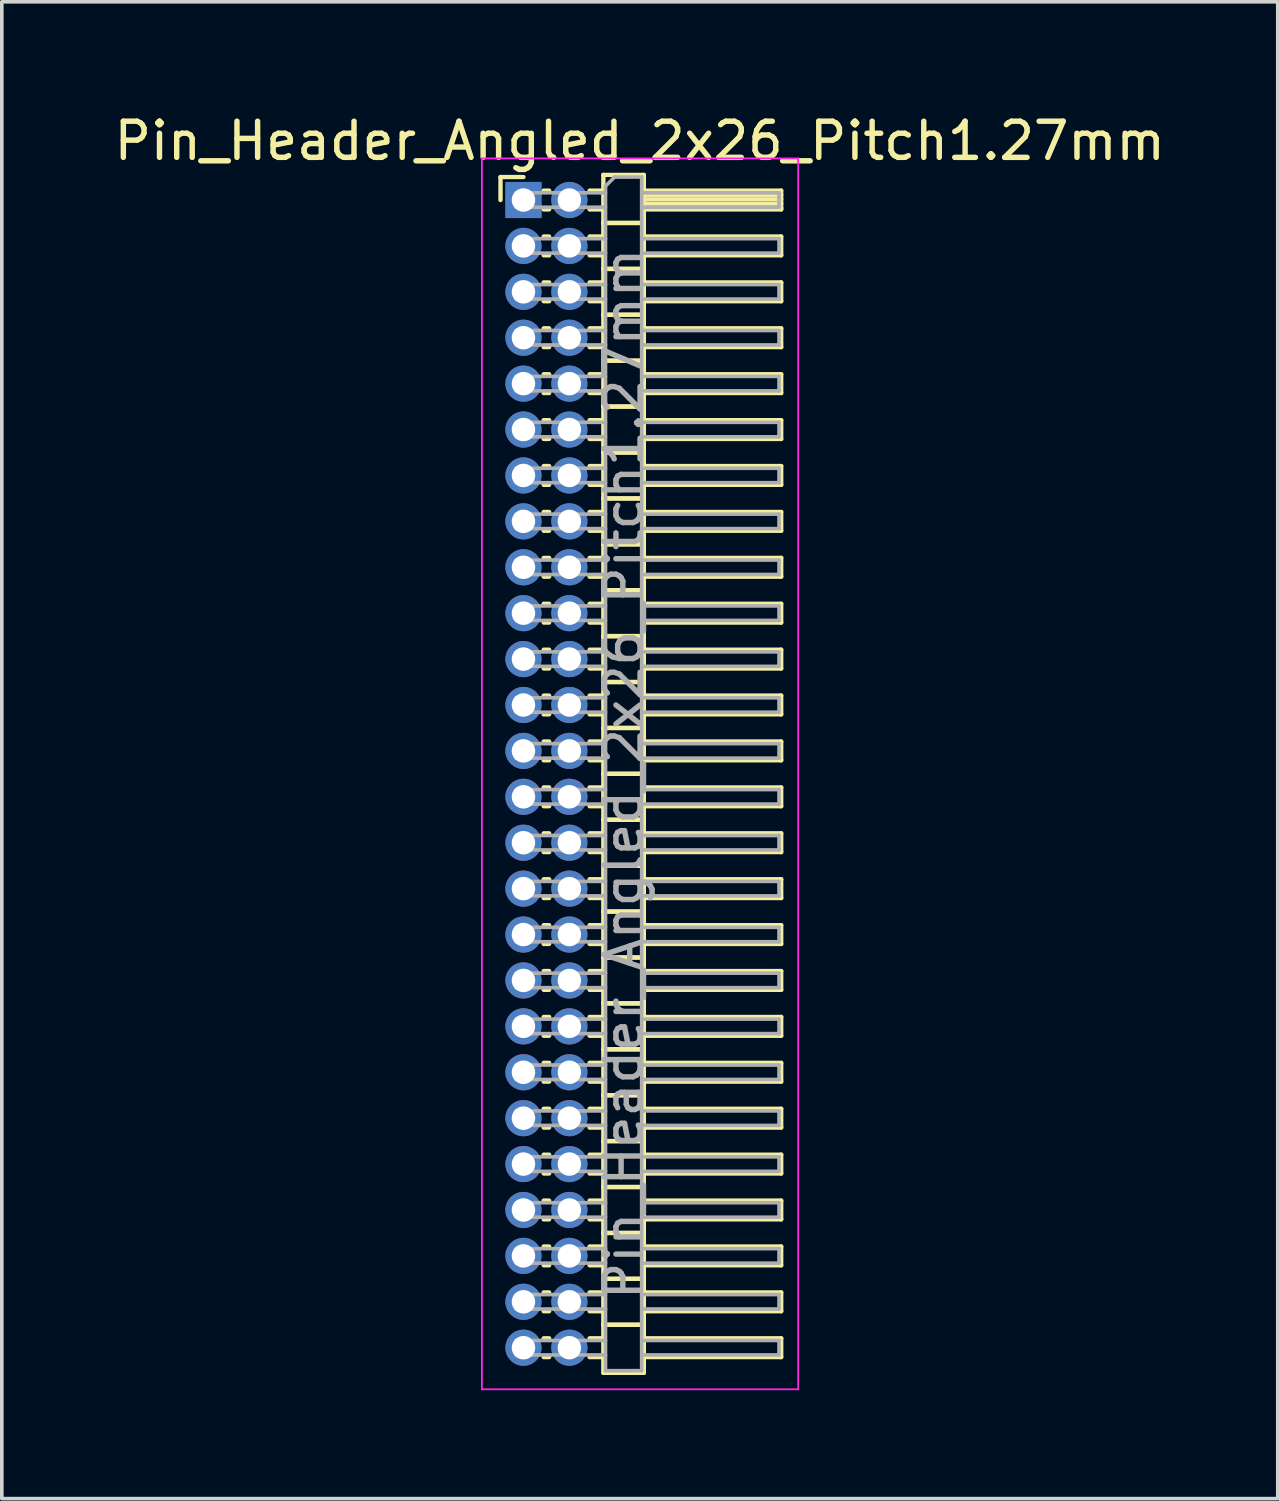
<source format=kicad_pcb>
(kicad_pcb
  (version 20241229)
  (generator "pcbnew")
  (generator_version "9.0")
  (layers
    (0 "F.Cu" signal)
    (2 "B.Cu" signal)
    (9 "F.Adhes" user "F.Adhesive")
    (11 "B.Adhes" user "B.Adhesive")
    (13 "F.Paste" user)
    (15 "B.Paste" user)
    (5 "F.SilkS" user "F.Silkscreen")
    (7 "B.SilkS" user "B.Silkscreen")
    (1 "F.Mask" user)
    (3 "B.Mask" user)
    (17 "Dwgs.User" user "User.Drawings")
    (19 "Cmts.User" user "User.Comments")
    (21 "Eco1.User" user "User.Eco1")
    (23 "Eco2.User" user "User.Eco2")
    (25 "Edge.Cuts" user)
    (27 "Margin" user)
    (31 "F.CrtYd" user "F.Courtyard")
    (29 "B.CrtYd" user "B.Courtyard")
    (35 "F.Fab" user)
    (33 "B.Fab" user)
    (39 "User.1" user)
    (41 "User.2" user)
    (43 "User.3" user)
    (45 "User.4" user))
  (footprint "Pin_Header_Angled_2x26_Pitch1.27mm"
    (layer "F.Cu")
    (at 11.431 2.483)
    (property "Reference" "Pin_Header_Angled_2x26_Pitch1.27mm" (at 3.217 -1.635 0) (layer "F.SilkS") (effects (font (size 1 1) (thickness 0.15))))
    (attr through_hole)
    (fp_line (start -0.635 -0.635) (end 0 -0.635) (stroke (width 0.12) (type solid)) (layer "F.SilkS"))
    (fp_line (start -0.635 0) (end -0.635 -0.635) (stroke (width 0.12) (type solid)) (layer "F.SilkS"))
    (fp_line (start 0.56 -0.26) (end 0.71 -0.26) (stroke (width 0.12) (type solid)) (layer "F.SilkS"))
    (fp_line (start 0.56 0.26) (end 0.71 0.26) (stroke (width 0.12) (type solid)) (layer "F.SilkS"))
    (fp_line (start 0.56 1.01) (end 0.71 1.01) (stroke (width 0.12) (type solid)) (layer "F.SilkS"))
    (fp_line (start 0.56 1.53) (end 0.71 1.53) (stroke (width 0.12) (type solid)) (layer "F.SilkS"))
    (fp_line (start 0.56 2.28) (end 0.71 2.28) (stroke (width 0.12) (type solid)) (layer "F.SilkS"))
    (fp_line (start 0.56 2.8) (end 0.71 2.8) (stroke (width 0.12) (type solid)) (layer "F.SilkS"))
    (fp_line (start 0.56 3.55) (end 0.71 3.55) (stroke (width 0.12) (type solid)) (layer "F.SilkS"))
    (fp_line (start 0.56 4.07) (end 0.71 4.07) (stroke (width 0.12) (type solid)) (layer "F.SilkS"))
    (fp_line (start 0.56 4.82) (end 0.71 4.82) (stroke (width 0.12) (type solid)) (layer "F.SilkS"))
    (fp_line (start 0.56 5.34) (end 0.71 5.34) (stroke (width 0.12) (type solid)) (layer "F.SilkS"))
    (fp_line (start 0.56 6.09) (end 0.71 6.09) (stroke (width 0.12) (type solid)) (layer "F.SilkS"))
    (fp_line (start 0.56 6.61) (end 0.71 6.61) (stroke (width 0.12) (type solid)) (layer "F.SilkS"))
    (fp_line (start 0.56 7.36) (end 0.71 7.36) (stroke (width 0.12) (type solid)) (layer "F.SilkS"))
    (fp_line (start 0.56 7.88) (end 0.71 7.88) (stroke (width 0.12) (type solid)) (layer "F.SilkS"))
    (fp_line (start 0.56 8.63) (end 0.71 8.63) (stroke (width 0.12) (type solid)) (layer "F.SilkS"))
    (fp_line (start 0.56 9.15) (end 0.71 9.15) (stroke (width 0.12) (type solid)) (layer "F.SilkS"))
    (fp_line (start 0.56 9.9) (end 0.71 9.9) (stroke (width 0.12) (type solid)) (layer "F.SilkS"))
    (fp_line (start 0.56 10.42) (end 0.71 10.42) (stroke (width 0.12) (type solid)) (layer "F.SilkS"))
    (fp_line (start 0.56 11.17) (end 0.71 11.17) (stroke (width 0.12) (type solid)) (layer "F.SilkS"))
    (fp_line (start 0.56 11.69) (end 0.71 11.69) (stroke (width 0.12) (type solid)) (layer "F.SilkS"))
    (fp_line (start 0.56 12.44) (end 0.71 12.44) (stroke (width 0.12) (type solid)) (layer "F.SilkS"))
    (fp_line (start 0.56 12.96) (end 0.71 12.96) (stroke (width 0.12) (type solid)) (layer "F.SilkS"))
    (fp_line (start 0.56 13.71) (end 0.71 13.71) (stroke (width 0.12) (type solid)) (layer "F.SilkS"))
    (fp_line (start 0.56 14.23) (end 0.71 14.23) (stroke (width 0.12) (type solid)) (layer "F.SilkS"))
    (fp_line (start 0.56 14.98) (end 0.71 14.98) (stroke (width 0.12) (type solid)) (layer "F.SilkS"))
    (fp_line (start 0.56 15.5) (end 0.71 15.5) (stroke (width 0.12) (type solid)) (layer "F.SilkS"))
    (fp_line (start 0.56 16.25) (end 0.71 16.25) (stroke (width 0.12) (type solid)) (layer "F.SilkS"))
    (fp_line (start 0.56 16.77) (end 0.71 16.77) (stroke (width 0.12) (type solid)) (layer "F.SilkS"))
    (fp_line (start 0.56 17.52) (end 0.71 17.52) (stroke (width 0.12) (type solid)) (layer "F.SilkS"))
    (fp_line (start 0.56 18.04) (end 0.71 18.04) (stroke (width 0.12) (type solid)) (layer "F.SilkS"))
    (fp_line (start 0.56 18.79) (end 0.71 18.79) (stroke (width 0.12) (type solid)) (layer "F.SilkS"))
    (fp_line (start 0.56 19.31) (end 0.71 19.31) (stroke (width 0.12) (type solid)) (layer "F.SilkS"))
    (fp_line (start 0.56 20.06) (end 0.71 20.06) (stroke (width 0.12) (type solid)) (layer "F.SilkS"))
    (fp_line (start 0.56 20.58) (end 0.71 20.58) (stroke (width 0.12) (type solid)) (layer "F.SilkS"))
    (fp_line (start 0.56 21.33) (end 0.71 21.33) (stroke (width 0.12) (type solid)) (layer "F.SilkS"))
    (fp_line (start 0.56 21.85) (end 0.71 21.85) (stroke (width 0.12) (type solid)) (layer "F.SilkS"))
    (fp_line (start 0.56 22.6) (end 0.71 22.6) (stroke (width 0.12) (type solid)) (layer "F.SilkS"))
    (fp_line (start 0.56 23.12) (end 0.71 23.12) (stroke (width 0.12) (type solid)) (layer "F.SilkS"))
    (fp_line (start 0.56 23.87) (end 0.71 23.87) (stroke (width 0.12) (type solid)) (layer "F.SilkS"))
    (fp_line (start 0.56 24.39) (end 0.71 24.39) (stroke (width 0.12) (type solid)) (layer "F.SilkS"))
    (fp_line (start 0.56 25.14) (end 0.71 25.14) (stroke (width 0.12) (type solid)) (layer "F.SilkS"))
    (fp_line (start 0.56 25.66) (end 0.71 25.66) (stroke (width 0.12) (type solid)) (layer "F.SilkS"))
    (fp_line (start 0.56 26.41) (end 0.71 26.41) (stroke (width 0.12) (type solid)) (layer "F.SilkS"))
    (fp_line (start 0.56 26.93) (end 0.71 26.93) (stroke (width 0.12) (type solid)) (layer "F.SilkS"))
    (fp_line (start 0.56 27.68) (end 0.71 27.68) (stroke (width 0.12) (type solid)) (layer "F.SilkS"))
    (fp_line (start 0.56 28.2) (end 0.71 28.2) (stroke (width 0.12) (type solid)) (layer "F.SilkS"))
    (fp_line (start 0.56 28.95) (end 0.71 28.95) (stroke (width 0.12) (type solid)) (layer "F.SilkS"))
    (fp_line (start 0.56 29.47) (end 0.71 29.47) (stroke (width 0.12) (type solid)) (layer "F.SilkS"))
    (fp_line (start 0.56 30.22) (end 0.71 30.22) (stroke (width 0.12) (type solid)) (layer "F.SilkS"))
    (fp_line (start 0.56 30.74) (end 0.71 30.74) (stroke (width 0.12) (type solid)) (layer "F.SilkS"))
    (fp_line (start 0.56 31.49) (end 0.71 31.49) (stroke (width 0.12) (type solid)) (layer "F.SilkS"))
    (fp_line (start 0.56 32.01) (end 0.71 32.01) (stroke (width 0.12) (type solid)) (layer "F.SilkS"))
    (fp_line (start 1.83 -0.26) (end 2.21 -0.26) (stroke (width 0.12) (type solid)) (layer "F.SilkS"))
    (fp_line (start 1.83 0.26) (end 2.21 0.26) (stroke (width 0.12) (type solid)) (layer "F.SilkS"))
    (fp_line (start 1.83 1.01) (end 2.21 1.01) (stroke (width 0.12) (type solid)) (layer "F.SilkS"))
    (fp_line (start 1.83 1.53) (end 2.21 1.53) (stroke (width 0.12) (type solid)) (layer "F.SilkS"))
    (fp_line (start 1.83 2.28) (end 2.21 2.28) (stroke (width 0.12) (type solid)) (layer "F.SilkS"))
    (fp_line (start 1.83 2.8) (end 2.21 2.8) (stroke (width 0.12) (type solid)) (layer "F.SilkS"))
    (fp_line (start 1.83 3.55) (end 2.21 3.55) (stroke (width 0.12) (type solid)) (layer "F.SilkS"))
    (fp_line (start 1.83 4.07) (end 2.21 4.07) (stroke (width 0.12) (type solid)) (layer "F.SilkS"))
    (fp_line (start 1.83 4.82) (end 2.21 4.82) (stroke (width 0.12) (type solid)) (layer "F.SilkS"))
    (fp_line (start 1.83 5.34) (end 2.21 5.34) (stroke (width 0.12) (type solid)) (layer "F.SilkS"))
    (fp_line (start 1.83 6.09) (end 2.21 6.09) (stroke (width 0.12) (type solid)) (layer "F.SilkS"))
    (fp_line (start 1.83 6.61) (end 2.21 6.61) (stroke (width 0.12) (type solid)) (layer "F.SilkS"))
    (fp_line (start 1.83 7.36) (end 2.21 7.36) (stroke (width 0.12) (type solid)) (layer "F.SilkS"))
    (fp_line (start 1.83 7.88) (end 2.21 7.88) (stroke (width 0.12) (type solid)) (layer "F.SilkS"))
    (fp_line (start 1.83 8.63) (end 2.21 8.63) (stroke (width 0.12) (type solid)) (layer "F.SilkS"))
    (fp_line (start 1.83 9.15) (end 2.21 9.15) (stroke (width 0.12) (type solid)) (layer "F.SilkS"))
    (fp_line (start 1.83 9.9) (end 2.21 9.9) (stroke (width 0.12) (type solid)) (layer "F.SilkS"))
    (fp_line (start 1.83 10.42) (end 2.21 10.42) (stroke (width 0.12) (type solid)) (layer "F.SilkS"))
    (fp_line (start 1.83 11.17) (end 2.21 11.17) (stroke (width 0.12) (type solid)) (layer "F.SilkS"))
    (fp_line (start 1.83 11.69) (end 2.21 11.69) (stroke (width 0.12) (type solid)) (layer "F.SilkS"))
    (fp_line (start 1.83 12.44) (end 2.21 12.44) (stroke (width 0.12) (type solid)) (layer "F.SilkS"))
    (fp_line (start 1.83 12.96) (end 2.21 12.96) (stroke (width 0.12) (type solid)) (layer "F.SilkS"))
    (fp_line (start 1.83 13.71) (end 2.21 13.71) (stroke (width 0.12) (type solid)) (layer "F.SilkS"))
    (fp_line (start 1.83 14.23) (end 2.21 14.23) (stroke (width 0.12) (type solid)) (layer "F.SilkS"))
    (fp_line (start 1.83 14.98) (end 2.21 14.98) (stroke (width 0.12) (type solid)) (layer "F.SilkS"))
    (fp_line (start 1.83 15.5) (end 2.21 15.5) (stroke (width 0.12) (type solid)) (layer "F.SilkS"))
    (fp_line (start 1.83 16.25) (end 2.21 16.25) (stroke (width 0.12) (type solid)) (layer "F.SilkS"))
    (fp_line (start 1.83 16.77) (end 2.21 16.77) (stroke (width 0.12) (type solid)) (layer "F.SilkS"))
    (fp_line (start 1.83 17.52) (end 2.21 17.52) (stroke (width 0.12) (type solid)) (layer "F.SilkS"))
    (fp_line (start 1.83 18.04) (end 2.21 18.04) (stroke (width 0.12) (type solid)) (layer "F.SilkS"))
    (fp_line (start 1.83 18.79) (end 2.21 18.79) (stroke (width 0.12) (type solid)) (layer "F.SilkS"))
    (fp_line (start 1.83 19.31) (end 2.21 19.31) (stroke (width 0.12) (type solid)) (layer "F.SilkS"))
    (fp_line (start 1.83 20.06) (end 2.21 20.06) (stroke (width 0.12) (type solid)) (layer "F.SilkS"))
    (fp_line (start 1.83 20.58) (end 2.21 20.58) (stroke (width 0.12) (type solid)) (layer "F.SilkS"))
    (fp_line (start 1.83 21.33) (end 2.21 21.33) (stroke (width 0.12) (type solid)) (layer "F.SilkS"))
    (fp_line (start 1.83 21.85) (end 2.21 21.85) (stroke (width 0.12) (type solid)) (layer "F.SilkS"))
    (fp_line (start 1.83 22.6) (end 2.21 22.6) (stroke (width 0.12) (type solid)) (layer "F.SilkS"))
    (fp_line (start 1.83 23.12) (end 2.21 23.12) (stroke (width 0.12) (type solid)) (layer "F.SilkS"))
    (fp_line (start 1.83 23.87) (end 2.21 23.87) (stroke (width 0.12) (type solid)) (layer "F.SilkS"))
    (fp_line (start 1.83 24.39) (end 2.21 24.39) (stroke (width 0.12) (type solid)) (layer "F.SilkS"))
    (fp_line (start 1.83 25.14) (end 2.21 25.14) (stroke (width 0.12) (type solid)) (layer "F.SilkS"))
    (fp_line (start 1.83 25.66) (end 2.21 25.66) (stroke (width 0.12) (type solid)) (layer "F.SilkS"))
    (fp_line (start 1.83 26.41) (end 2.21 26.41) (stroke (width 0.12) (type solid)) (layer "F.SilkS"))
    (fp_line (start 1.83 26.93) (end 2.21 26.93) (stroke (width 0.12) (type solid)) (layer "F.SilkS"))
    (fp_line (start 1.83 27.68) (end 2.21 27.68) (stroke (width 0.12) (type solid)) (layer "F.SilkS"))
    (fp_line (start 1.83 28.2) (end 2.21 28.2) (stroke (width 0.12) (type solid)) (layer "F.SilkS"))
    (fp_line (start 1.83 28.95) (end 2.21 28.95) (stroke (width 0.12) (type solid)) (layer "F.SilkS"))
    (fp_line (start 1.83 29.47) (end 2.21 29.47) (stroke (width 0.12) (type solid)) (layer "F.SilkS"))
    (fp_line (start 1.83 30.22) (end 2.21 30.22) (stroke (width 0.12) (type solid)) (layer "F.SilkS"))
    (fp_line (start 1.83 30.74) (end 2.21 30.74) (stroke (width 0.12) (type solid)) (layer "F.SilkS"))
    (fp_line (start 1.83 31.49) (end 2.21 31.49) (stroke (width 0.12) (type solid)) (layer "F.SilkS"))
    (fp_line (start 1.83 32.01) (end 2.21 32.01) (stroke (width 0.12) (type solid)) (layer "F.SilkS"))
    (fp_line (start 2.21 -0.695) (end 2.21 0.635) (stroke (width 0.12) (type solid)) (layer "F.SilkS"))
    (fp_line (start 2.21 0.635) (end 2.21 1.905) (stroke (width 0.12) (type solid)) (layer "F.SilkS"))
    (fp_line (start 2.21 0.635) (end 3.33 0.635) (stroke (width 0.12) (type solid)) (layer "F.SilkS"))
    (fp_line (start 2.21 1.905) (end 2.21 3.175) (stroke (width 0.12) (type solid)) (layer "F.SilkS"))
    (fp_line (start 2.21 1.905) (end 3.33 1.905) (stroke (width 0.12) (type solid)) (layer "F.SilkS"))
    (fp_line (start 2.21 3.175) (end 2.21 4.445) (stroke (width 0.12) (type solid)) (layer "F.SilkS"))
    (fp_line (start 2.21 3.175) (end 3.33 3.175) (stroke (width 0.12) (type solid)) (layer "F.SilkS"))
    (fp_line (start 2.21 4.445) (end 2.21 5.715) (stroke (width 0.12) (type solid)) (layer "F.SilkS"))
    (fp_line (start 2.21 4.445) (end 3.33 4.445) (stroke (width 0.12) (type solid)) (layer "F.SilkS"))
    (fp_line (start 2.21 5.715) (end 2.21 6.985) (stroke (width 0.12) (type solid)) (layer "F.SilkS"))
    (fp_line (start 2.21 5.715) (end 3.33 5.715) (stroke (width 0.12) (type solid)) (layer "F.SilkS"))
    (fp_line (start 2.21 6.985) (end 2.21 8.255) (stroke (width 0.12) (type solid)) (layer "F.SilkS"))
    (fp_line (start 2.21 6.985) (end 3.33 6.985) (stroke (width 0.12) (type solid)) (layer "F.SilkS"))
    (fp_line (start 2.21 8.255) (end 2.21 9.525) (stroke (width 0.12) (type solid)) (layer "F.SilkS"))
    (fp_line (start 2.21 8.255) (end 3.33 8.255) (stroke (width 0.12) (type solid)) (layer "F.SilkS"))
    (fp_line (start 2.21 9.525) (end 2.21 10.795) (stroke (width 0.12) (type solid)) (layer "F.SilkS"))
    (fp_line (start 2.21 9.525) (end 3.33 9.525) (stroke (width 0.12) (type solid)) (layer "F.SilkS"))
    (fp_line (start 2.21 10.795) (end 2.21 12.065) (stroke (width 0.12) (type solid)) (layer "F.SilkS"))
    (fp_line (start 2.21 10.795) (end 3.33 10.795) (stroke (width 0.12) (type solid)) (layer "F.SilkS"))
    (fp_line (start 2.21 12.065) (end 2.21 13.335) (stroke (width 0.12) (type solid)) (layer "F.SilkS"))
    (fp_line (start 2.21 12.065) (end 3.33 12.065) (stroke (width 0.12) (type solid)) (layer "F.SilkS"))
    (fp_line (start 2.21 13.335) (end 2.21 14.605) (stroke (width 0.12) (type solid)) (layer "F.SilkS"))
    (fp_line (start 2.21 13.335) (end 3.33 13.335) (stroke (width 0.12) (type solid)) (layer "F.SilkS"))
    (fp_line (start 2.21 14.605) (end 2.21 15.875) (stroke (width 0.12) (type solid)) (layer "F.SilkS"))
    (fp_line (start 2.21 14.605) (end 3.33 14.605) (stroke (width 0.12) (type solid)) (layer "F.SilkS"))
    (fp_line (start 2.21 15.875) (end 2.21 17.145) (stroke (width 0.12) (type solid)) (layer "F.SilkS"))
    (fp_line (start 2.21 15.875) (end 3.33 15.875) (stroke (width 0.12) (type solid)) (layer "F.SilkS"))
    (fp_line (start 2.21 17.145) (end 2.21 18.415) (stroke (width 0.12) (type solid)) (layer "F.SilkS"))
    (fp_line (start 2.21 17.145) (end 3.33 17.145) (stroke (width 0.12) (type solid)) (layer "F.SilkS"))
    (fp_line (start 2.21 18.415) (end 2.21 19.685) (stroke (width 0.12) (type solid)) (layer "F.SilkS"))
    (fp_line (start 2.21 18.415) (end 3.33 18.415) (stroke (width 0.12) (type solid)) (layer "F.SilkS"))
    (fp_line (start 2.21 19.685) (end 2.21 20.955) (stroke (width 0.12) (type solid)) (layer "F.SilkS"))
    (fp_line (start 2.21 19.685) (end 3.33 19.685) (stroke (width 0.12) (type solid)) (layer "F.SilkS"))
    (fp_line (start 2.21 20.955) (end 2.21 22.225) (stroke (width 0.12) (type solid)) (layer "F.SilkS"))
    (fp_line (start 2.21 20.955) (end 3.33 20.955) (stroke (width 0.12) (type solid)) (layer "F.SilkS"))
    (fp_line (start 2.21 22.225) (end 2.21 23.495) (stroke (width 0.12) (type solid)) (layer "F.SilkS"))
    (fp_line (start 2.21 22.225) (end 3.33 22.225) (stroke (width 0.12) (type solid)) (layer "F.SilkS"))
    (fp_line (start 2.21 23.495) (end 2.21 24.765) (stroke (width 0.12) (type solid)) (layer "F.SilkS"))
    (fp_line (start 2.21 23.495) (end 3.33 23.495) (stroke (width 0.12) (type solid)) (layer "F.SilkS"))
    (fp_line (start 2.21 24.765) (end 2.21 26.035) (stroke (width 0.12) (type solid)) (layer "F.SilkS"))
    (fp_line (start 2.21 24.765) (end 3.33 24.765) (stroke (width 0.12) (type solid)) (layer "F.SilkS"))
    (fp_line (start 2.21 26.035) (end 2.21 27.305) (stroke (width 0.12) (type solid)) (layer "F.SilkS"))
    (fp_line (start 2.21 26.035) (end 3.33 26.035) (stroke (width 0.12) (type solid)) (layer "F.SilkS"))
    (fp_line (start 2.21 27.305) (end 2.21 28.575) (stroke (width 0.12) (type solid)) (layer "F.SilkS"))
    (fp_line (start 2.21 27.305) (end 3.33 27.305) (stroke (width 0.12) (type solid)) (layer "F.SilkS"))
    (fp_line (start 2.21 28.575) (end 2.21 29.845) (stroke (width 0.12) (type solid)) (layer "F.SilkS"))
    (fp_line (start 2.21 28.575) (end 3.33 28.575) (stroke (width 0.12) (type solid)) (layer "F.SilkS"))
    (fp_line (start 2.21 29.845) (end 2.21 31.115) (stroke (width 0.12) (type solid)) (layer "F.SilkS"))
    (fp_line (start 2.21 29.845) (end 3.33 29.845) (stroke (width 0.12) (type solid)) (layer "F.SilkS"))
    (fp_line (start 2.21 31.115) (end 2.21 32.445) (stroke (width 0.12) (type solid)) (layer "F.SilkS"))
    (fp_line (start 2.21 31.115) (end 3.33 31.115) (stroke (width 0.12) (type solid)) (layer "F.SilkS"))
    (fp_line (start 2.21 32.445) (end 3.33 32.445) (stroke (width 0.12) (type solid)) (layer "F.SilkS"))
    (fp_line (start 3.33 -0.695) (end 2.21 -0.695) (stroke (width 0.12) (type solid)) (layer "F.SilkS"))
    (fp_line (start 3.33 -0.26) (end 3.33 0.26) (stroke (width 0.12) (type solid)) (layer "F.SilkS"))
    (fp_line (start 3.33 -0.14) (end 7.13 -0.14) (stroke (width 0.12) (type solid)) (layer "F.SilkS"))
    (fp_line (start 3.33 -0.02) (end 7.13 -0.02) (stroke (width 0.12) (type solid)) (layer "F.SilkS"))
    (fp_line (start 3.33 0.1) (end 7.13 0.1) (stroke (width 0.12) (type solid)) (layer "F.SilkS"))
    (fp_line (start 3.33 0.22) (end 7.13 0.22) (stroke (width 0.12) (type solid)) (layer "F.SilkS"))
    (fp_line (start 3.33 0.26) (end 7.13 0.26) (stroke (width 0.12) (type solid)) (layer "F.SilkS"))
    (fp_line (start 3.33 0.635) (end 2.21 0.635) (stroke (width 0.12) (type solid)) (layer "F.SilkS"))
    (fp_line (start 3.33 0.635) (end 3.33 -0.695) (stroke (width 0.12) (type solid)) (layer "F.SilkS"))
    (fp_line (start 3.33 1.01) (end 3.33 1.53) (stroke (width 0.12) (type solid)) (layer "F.SilkS"))
    (fp_line (start 3.33 1.53) (end 7.13 1.53) (stroke (width 0.12) (type solid)) (layer "F.SilkS"))
    (fp_line (start 3.33 1.905) (end 2.21 1.905) (stroke (width 0.12) (type solid)) (layer "F.SilkS"))
    (fp_line (start 3.33 1.905) (end 3.33 0.635) (stroke (width 0.12) (type solid)) (layer "F.SilkS"))
    (fp_line (start 3.33 2.28) (end 3.33 2.8) (stroke (width 0.12) (type solid)) (layer "F.SilkS"))
    (fp_line (start 3.33 2.8) (end 7.13 2.8) (stroke (width 0.12) (type solid)) (layer "F.SilkS"))
    (fp_line (start 3.33 3.175) (end 2.21 3.175) (stroke (width 0.12) (type solid)) (layer "F.SilkS"))
    (fp_line (start 3.33 3.175) (end 3.33 1.905) (stroke (width 0.12) (type solid)) (layer "F.SilkS"))
    (fp_line (start 3.33 3.55) (end 3.33 4.07) (stroke (width 0.12) (type solid)) (layer "F.SilkS"))
    (fp_line (start 3.33 4.07) (end 7.13 4.07) (stroke (width 0.12) (type solid)) (layer "F.SilkS"))
    (fp_line (start 3.33 4.445) (end 2.21 4.445) (stroke (width 0.12) (type solid)) (layer "F.SilkS"))
    (fp_line (start 3.33 4.445) (end 3.33 3.175) (stroke (width 0.12) (type solid)) (layer "F.SilkS"))
    (fp_line (start 3.33 4.82) (end 3.33 5.34) (stroke (width 0.12) (type solid)) (layer "F.SilkS"))
    (fp_line (start 3.33 5.34) (end 7.13 5.34) (stroke (width 0.12) (type solid)) (layer "F.SilkS"))
    (fp_line (start 3.33 5.715) (end 2.21 5.715) (stroke (width 0.12) (type solid)) (layer "F.SilkS"))
    (fp_line (start 3.33 5.715) (end 3.33 4.445) (stroke (width 0.12) (type solid)) (layer "F.SilkS"))
    (fp_line (start 3.33 6.09) (end 3.33 6.61) (stroke (width 0.12) (type solid)) (layer "F.SilkS"))
    (fp_line (start 3.33 6.61) (end 7.13 6.61) (stroke (width 0.12) (type solid)) (layer "F.SilkS"))
    (fp_line (start 3.33 6.985) (end 2.21 6.985) (stroke (width 0.12) (type solid)) (layer "F.SilkS"))
    (fp_line (start 3.33 6.985) (end 3.33 5.715) (stroke (width 0.12) (type solid)) (layer "F.SilkS"))
    (fp_line (start 3.33 7.36) (end 3.33 7.88) (stroke (width 0.12) (type solid)) (layer "F.SilkS"))
    (fp_line (start 3.33 7.88) (end 7.13 7.88) (stroke (width 0.12) (type solid)) (layer "F.SilkS"))
    (fp_line (start 3.33 8.255) (end 2.21 8.255) (stroke (width 0.12) (type solid)) (layer "F.SilkS"))
    (fp_line (start 3.33 8.255) (end 3.33 6.985) (stroke (width 0.12) (type solid)) (layer "F.SilkS"))
    (fp_line (start 3.33 8.63) (end 3.33 9.15) (stroke (width 0.12) (type solid)) (layer "F.SilkS"))
    (fp_line (start 3.33 9.15) (end 7.13 9.15) (stroke (width 0.12) (type solid)) (layer "F.SilkS"))
    (fp_line (start 3.33 9.525) (end 2.21 9.525) (stroke (width 0.12) (type solid)) (layer "F.SilkS"))
    (fp_line (start 3.33 9.525) (end 3.33 8.255) (stroke (width 0.12) (type solid)) (layer "F.SilkS"))
    (fp_line (start 3.33 9.9) (end 3.33 10.42) (stroke (width 0.12) (type solid)) (layer "F.SilkS"))
    (fp_line (start 3.33 10.42) (end 7.13 10.42) (stroke (width 0.12) (type solid)) (layer "F.SilkS"))
    (fp_line (start 3.33 10.795) (end 2.21 10.795) (stroke (width 0.12) (type solid)) (layer "F.SilkS"))
    (fp_line (start 3.33 10.795) (end 3.33 9.525) (stroke (width 0.12) (type solid)) (layer "F.SilkS"))
    (fp_line (start 3.33 11.17) (end 3.33 11.69) (stroke (width 0.12) (type solid)) (layer "F.SilkS"))
    (fp_line (start 3.33 11.69) (end 7.13 11.69) (stroke (width 0.12) (type solid)) (layer "F.SilkS"))
    (fp_line (start 3.33 12.065) (end 2.21 12.065) (stroke (width 0.12) (type solid)) (layer "F.SilkS"))
    (fp_line (start 3.33 12.065) (end 3.33 10.795) (stroke (width 0.12) (type solid)) (layer "F.SilkS"))
    (fp_line (start 3.33 12.44) (end 3.33 12.96) (stroke (width 0.12) (type solid)) (layer "F.SilkS"))
    (fp_line (start 3.33 12.96) (end 7.13 12.96) (stroke (width 0.12) (type solid)) (layer "F.SilkS"))
    (fp_line (start 3.33 13.335) (end 2.21 13.335) (stroke (width 0.12) (type solid)) (layer "F.SilkS"))
    (fp_line (start 3.33 13.335) (end 3.33 12.065) (stroke (width 0.12) (type solid)) (layer "F.SilkS"))
    (fp_line (start 3.33 13.71) (end 3.33 14.23) (stroke (width 0.12) (type solid)) (layer "F.SilkS"))
    (fp_line (start 3.33 14.23) (end 7.13 14.23) (stroke (width 0.12) (type solid)) (layer "F.SilkS"))
    (fp_line (start 3.33 14.605) (end 2.21 14.605) (stroke (width 0.12) (type solid)) (layer "F.SilkS"))
    (fp_line (start 3.33 14.605) (end 3.33 13.335) (stroke (width 0.12) (type solid)) (layer "F.SilkS"))
    (fp_line (start 3.33 14.98) (end 3.33 15.5) (stroke (width 0.12) (type solid)) (layer "F.SilkS"))
    (fp_line (start 3.33 15.5) (end 7.13 15.5) (stroke (width 0.12) (type solid)) (layer "F.SilkS"))
    (fp_line (start 3.33 15.875) (end 2.21 15.875) (stroke (width 0.12) (type solid)) (layer "F.SilkS"))
    (fp_line (start 3.33 15.875) (end 3.33 14.605) (stroke (width 0.12) (type solid)) (layer "F.SilkS"))
    (fp_line (start 3.33 16.25) (end 3.33 16.77) (stroke (width 0.12) (type solid)) (layer "F.SilkS"))
    (fp_line (start 3.33 16.77) (end 7.13 16.77) (stroke (width 0.12) (type solid)) (layer "F.SilkS"))
    (fp_line (start 3.33 17.145) (end 2.21 17.145) (stroke (width 0.12) (type solid)) (layer "F.SilkS"))
    (fp_line (start 3.33 17.145) (end 3.33 15.875) (stroke (width 0.12) (type solid)) (layer "F.SilkS"))
    (fp_line (start 3.33 17.52) (end 3.33 18.04) (stroke (width 0.12) (type solid)) (layer "F.SilkS"))
    (fp_line (start 3.33 18.04) (end 7.13 18.04) (stroke (width 0.12) (type solid)) (layer "F.SilkS"))
    (fp_line (start 3.33 18.415) (end 2.21 18.415) (stroke (width 0.12) (type solid)) (layer "F.SilkS"))
    (fp_line (start 3.33 18.415) (end 3.33 17.145) (stroke (width 0.12) (type solid)) (layer "F.SilkS"))
    (fp_line (start 3.33 18.79) (end 3.33 19.31) (stroke (width 0.12) (type solid)) (layer "F.SilkS"))
    (fp_line (start 3.33 19.31) (end 7.13 19.31) (stroke (width 0.12) (type solid)) (layer "F.SilkS"))
    (fp_line (start 3.33 19.685) (end 2.21 19.685) (stroke (width 0.12) (type solid)) (layer "F.SilkS"))
    (fp_line (start 3.33 19.685) (end 3.33 18.415) (stroke (width 0.12) (type solid)) (layer "F.SilkS"))
    (fp_line (start 3.33 20.06) (end 3.33 20.58) (stroke (width 0.12) (type solid)) (layer "F.SilkS"))
    (fp_line (start 3.33 20.58) (end 7.13 20.58) (stroke (width 0.12) (type solid)) (layer "F.SilkS"))
    (fp_line (start 3.33 20.955) (end 2.21 20.955) (stroke (width 0.12) (type solid)) (layer "F.SilkS"))
    (fp_line (start 3.33 20.955) (end 3.33 19.685) (stroke (width 0.12) (type solid)) (layer "F.SilkS"))
    (fp_line (start 3.33 21.33) (end 3.33 21.85) (stroke (width 0.12) (type solid)) (layer "F.SilkS"))
    (fp_line (start 3.33 21.85) (end 7.13 21.85) (stroke (width 0.12) (type solid)) (layer "F.SilkS"))
    (fp_line (start 3.33 22.225) (end 2.21 22.225) (stroke (width 0.12) (type solid)) (layer "F.SilkS"))
    (fp_line (start 3.33 22.225) (end 3.33 20.955) (stroke (width 0.12) (type solid)) (layer "F.SilkS"))
    (fp_line (start 3.33 22.6) (end 3.33 23.12) (stroke (width 0.12) (type solid)) (layer "F.SilkS"))
    (fp_line (start 3.33 23.12) (end 7.13 23.12) (stroke (width 0.12) (type solid)) (layer "F.SilkS"))
    (fp_line (start 3.33 23.495) (end 2.21 23.495) (stroke (width 0.12) (type solid)) (layer "F.SilkS"))
    (fp_line (start 3.33 23.495) (end 3.33 22.225) (stroke (width 0.12) (type solid)) (layer "F.SilkS"))
    (fp_line (start 3.33 23.87) (end 3.33 24.39) (stroke (width 0.12) (type solid)) (layer "F.SilkS"))
    (fp_line (start 3.33 24.39) (end 7.13 24.39) (stroke (width 0.12) (type solid)) (layer "F.SilkS"))
    (fp_line (start 3.33 24.765) (end 2.21 24.765) (stroke (width 0.12) (type solid)) (layer "F.SilkS"))
    (fp_line (start 3.33 24.765) (end 3.33 23.495) (stroke (width 0.12) (type solid)) (layer "F.SilkS"))
    (fp_line (start 3.33 25.14) (end 3.33 25.66) (stroke (width 0.12) (type solid)) (layer "F.SilkS"))
    (fp_line (start 3.33 25.66) (end 7.13 25.66) (stroke (width 0.12) (type solid)) (layer "F.SilkS"))
    (fp_line (start 3.33 26.035) (end 2.21 26.035) (stroke (width 0.12) (type solid)) (layer "F.SilkS"))
    (fp_line (start 3.33 26.035) (end 3.33 24.765) (stroke (width 0.12) (type solid)) (layer "F.SilkS"))
    (fp_line (start 3.33 26.41) (end 3.33 26.93) (stroke (width 0.12) (type solid)) (layer "F.SilkS"))
    (fp_line (start 3.33 26.93) (end 7.13 26.93) (stroke (width 0.12) (type solid)) (layer "F.SilkS"))
    (fp_line (start 3.33 27.305) (end 2.21 27.305) (stroke (width 0.12) (type solid)) (layer "F.SilkS"))
    (fp_line (start 3.33 27.305) (end 3.33 26.035) (stroke (width 0.12) (type solid)) (layer "F.SilkS"))
    (fp_line (start 3.33 27.68) (end 3.33 28.2) (stroke (width 0.12) (type solid)) (layer "F.SilkS"))
    (fp_line (start 3.33 28.2) (end 7.13 28.2) (stroke (width 0.12) (type solid)) (layer "F.SilkS"))
    (fp_line (start 3.33 28.575) (end 2.21 28.575) (stroke (width 0.12) (type solid)) (layer "F.SilkS"))
    (fp_line (start 3.33 28.575) (end 3.33 27.305) (stroke (width 0.12) (type solid)) (layer "F.SilkS"))
    (fp_line (start 3.33 28.95) (end 3.33 29.47) (stroke (width 0.12) (type solid)) (layer "F.SilkS"))
    (fp_line (start 3.33 29.47) (end 7.13 29.47) (stroke (width 0.12) (type solid)) (layer "F.SilkS"))
    (fp_line (start 3.33 29.845) (end 2.21 29.845) (stroke (width 0.12) (type solid)) (layer "F.SilkS"))
    (fp_line (start 3.33 29.845) (end 3.33 28.575) (stroke (width 0.12) (type solid)) (layer "F.SilkS"))
    (fp_line (start 3.33 30.22) (end 3.33 30.74) (stroke (width 0.12) (type solid)) (layer "F.SilkS"))
    (fp_line (start 3.33 30.74) (end 7.13 30.74) (stroke (width 0.12) (type solid)) (layer "F.SilkS"))
    (fp_line (start 3.33 31.115) (end 2.21 31.115) (stroke (width 0.12) (type solid)) (layer "F.SilkS"))
    (fp_line (start 3.33 31.115) (end 3.33 29.845) (stroke (width 0.12) (type solid)) (layer "F.SilkS"))
    (fp_line (start 3.33 31.49) (end 3.33 32.01) (stroke (width 0.12) (type solid)) (layer "F.SilkS"))
    (fp_line (start 3.33 32.01) (end 7.13 32.01) (stroke (width 0.12) (type solid)) (layer "F.SilkS"))
    (fp_line (start 3.33 32.445) (end 3.33 31.115) (stroke (width 0.12) (type solid)) (layer "F.SilkS"))
    (fp_line (start 7.13 -0.26) (end 3.33 -0.26) (stroke (width 0.12) (type solid)) (layer "F.SilkS"))
    (fp_line (start 7.13 0.26) (end 7.13 -0.26) (stroke (width 0.12) (type solid)) (layer "F.SilkS"))
    (fp_line (start 7.13 1.01) (end 3.33 1.01) (stroke (width 0.12) (type solid)) (layer "F.SilkS"))
    (fp_line (start 7.13 1.53) (end 7.13 1.01) (stroke (width 0.12) (type solid)) (layer "F.SilkS"))
    (fp_line (start 7.13 2.28) (end 3.33 2.28) (stroke (width 0.12) (type solid)) (layer "F.SilkS"))
    (fp_line (start 7.13 2.8) (end 7.13 2.28) (stroke (width 0.12) (type solid)) (layer "F.SilkS"))
    (fp_line (start 7.13 3.55) (end 3.33 3.55) (stroke (width 0.12) (type solid)) (layer "F.SilkS"))
    (fp_line (start 7.13 4.07) (end 7.13 3.55) (stroke (width 0.12) (type solid)) (layer "F.SilkS"))
    (fp_line (start 7.13 4.82) (end 3.33 4.82) (stroke (width 0.12) (type solid)) (layer "F.SilkS"))
    (fp_line (start 7.13 5.34) (end 7.13 4.82) (stroke (width 0.12) (type solid)) (layer "F.SilkS"))
    (fp_line (start 7.13 6.09) (end 3.33 6.09) (stroke (width 0.12) (type solid)) (layer "F.SilkS"))
    (fp_line (start 7.13 6.61) (end 7.13 6.09) (stroke (width 0.12) (type solid)) (layer "F.SilkS"))
    (fp_line (start 7.13 7.36) (end 3.33 7.36) (stroke (width 0.12) (type solid)) (layer "F.SilkS"))
    (fp_line (start 7.13 7.88) (end 7.13 7.36) (stroke (width 0.12) (type solid)) (layer "F.SilkS"))
    (fp_line (start 7.13 8.63) (end 3.33 8.63) (stroke (width 0.12) (type solid)) (layer "F.SilkS"))
    (fp_line (start 7.13 9.15) (end 7.13 8.63) (stroke (width 0.12) (type solid)) (layer "F.SilkS"))
    (fp_line (start 7.13 9.9) (end 3.33 9.9) (stroke (width 0.12) (type solid)) (layer "F.SilkS"))
    (fp_line (start 7.13 10.42) (end 7.13 9.9) (stroke (width 0.12) (type solid)) (layer "F.SilkS"))
    (fp_line (start 7.13 11.17) (end 3.33 11.17) (stroke (width 0.12) (type solid)) (layer "F.SilkS"))
    (fp_line (start 7.13 11.69) (end 7.13 11.17) (stroke (width 0.12) (type solid)) (layer "F.SilkS"))
    (fp_line (start 7.13 12.44) (end 3.33 12.44) (stroke (width 0.12) (type solid)) (layer "F.SilkS"))
    (fp_line (start 7.13 12.96) (end 7.13 12.44) (stroke (width 0.12) (type solid)) (layer "F.SilkS"))
    (fp_line (start 7.13 13.71) (end 3.33 13.71) (stroke (width 0.12) (type solid)) (layer "F.SilkS"))
    (fp_line (start 7.13 14.23) (end 7.13 13.71) (stroke (width 0.12) (type solid)) (layer "F.SilkS"))
    (fp_line (start 7.13 14.98) (end 3.33 14.98) (stroke (width 0.12) (type solid)) (layer "F.SilkS"))
    (fp_line (start 7.13 15.5) (end 7.13 14.98) (stroke (width 0.12) (type solid)) (layer "F.SilkS"))
    (fp_line (start 7.13 16.25) (end 3.33 16.25) (stroke (width 0.12) (type solid)) (layer "F.SilkS"))
    (fp_line (start 7.13 16.77) (end 7.13 16.25) (stroke (width 0.12) (type solid)) (layer "F.SilkS"))
    (fp_line (start 7.13 17.52) (end 3.33 17.52) (stroke (width 0.12) (type solid)) (layer "F.SilkS"))
    (fp_line (start 7.13 18.04) (end 7.13 17.52) (stroke (width 0.12) (type solid)) (layer "F.SilkS"))
    (fp_line (start 7.13 18.79) (end 3.33 18.79) (stroke (width 0.12) (type solid)) (layer "F.SilkS"))
    (fp_line (start 7.13 19.31) (end 7.13 18.79) (stroke (width 0.12) (type solid)) (layer "F.SilkS"))
    (fp_line (start 7.13 20.06) (end 3.33 20.06) (stroke (width 0.12) (type solid)) (layer "F.SilkS"))
    (fp_line (start 7.13 20.58) (end 7.13 20.06) (stroke (width 0.12) (type solid)) (layer "F.SilkS"))
    (fp_line (start 7.13 21.33) (end 3.33 21.33) (stroke (width 0.12) (type solid)) (layer "F.SilkS"))
    (fp_line (start 7.13 21.85) (end 7.13 21.33) (stroke (width 0.12) (type solid)) (layer "F.SilkS"))
    (fp_line (start 7.13 22.6) (end 3.33 22.6) (stroke (width 0.12) (type solid)) (layer "F.SilkS"))
    (fp_line (start 7.13 23.12) (end 7.13 22.6) (stroke (width 0.12) (type solid)) (layer "F.SilkS"))
    (fp_line (start 7.13 23.87) (end 3.33 23.87) (stroke (width 0.12) (type solid)) (layer "F.SilkS"))
    (fp_line (start 7.13 24.39) (end 7.13 23.87) (stroke (width 0.12) (type solid)) (layer "F.SilkS"))
    (fp_line (start 7.13 25.14) (end 3.33 25.14) (stroke (width 0.12) (type solid)) (layer "F.SilkS"))
    (fp_line (start 7.13 25.66) (end 7.13 25.14) (stroke (width 0.12) (type solid)) (layer "F.SilkS"))
    (fp_line (start 7.13 26.41) (end 3.33 26.41) (stroke (width 0.12) (type solid)) (layer "F.SilkS"))
    (fp_line (start 7.13 26.93) (end 7.13 26.41) (stroke (width 0.12) (type solid)) (layer "F.SilkS"))
    (fp_line (start 7.13 27.68) (end 3.33 27.68) (stroke (width 0.12) (type solid)) (layer "F.SilkS"))
    (fp_line (start 7.13 28.2) (end 7.13 27.68) (stroke (width 0.12) (type solid)) (layer "F.SilkS"))
    (fp_line (start 7.13 28.95) (end 3.33 28.95) (stroke (width 0.12) (type solid)) (layer "F.SilkS"))
    (fp_line (start 7.13 29.47) (end 7.13 28.95) (stroke (width 0.12) (type solid)) (layer "F.SilkS"))
    (fp_line (start 7.13 30.22) (end 3.33 30.22) (stroke (width 0.12) (type solid)) (layer "F.SilkS"))
    (fp_line (start 7.13 30.74) (end 7.13 30.22) (stroke (width 0.12) (type solid)) (layer "F.SilkS"))
    (fp_line (start 7.13 31.49) (end 3.33 31.49) (stroke (width 0.12) (type solid)) (layer "F.SilkS"))
    (fp_line (start 7.13 32.01) (end 7.13 31.49) (stroke (width 0.12) (type solid)) (layer "F.SilkS"))
    (fp_line (start -1.15 -1.15) (end -1.15 32.9) (stroke (width 0.05) (type solid)) (layer "F.CrtYd"))
    (fp_line (start -1.15 32.9) (end 7.6 32.9) (stroke (width 0.05) (type solid)) (layer "F.CrtYd"))
    (fp_line (start 7.6 -1.15) (end -1.15 -1.15) (stroke (width 0.05) (type solid)) (layer "F.CrtYd"))
    (fp_line (start 7.6 32.9) (end 7.6 -1.15) (stroke (width 0.05) (type solid)) (layer "F.CrtYd"))
    (fp_line (start -0.2 -0.2) (end -0.2 0.2) (stroke (width 0.1) (type solid)) (layer "F.Fab"))
    (fp_line (start -0.2 -0.2) (end 2.27 -0.2) (stroke (width 0.1) (type solid)) (layer "F.Fab"))
    (fp_line (start -0.2 0.2) (end 2.27 0.2) (stroke (width 0.1) (type solid)) (layer "F.Fab"))
    (fp_line (start -0.2 1.07) (end -0.2 1.47) (stroke (width 0.1) (type solid)) (layer "F.Fab"))
    (fp_line (start -0.2 1.07) (end 2.27 1.07) (stroke (width 0.1) (type solid)) (layer "F.Fab"))
    (fp_line (start -0.2 1.47) (end 2.27 1.47) (stroke (width 0.1) (type solid)) (layer "F.Fab"))
    (fp_line (start -0.2 2.34) (end -0.2 2.74) (stroke (width 0.1) (type solid)) (layer "F.Fab"))
    (fp_line (start -0.2 2.34) (end 2.27 2.34) (stroke (width 0.1) (type solid)) (layer "F.Fab"))
    (fp_line (start -0.2 2.74) (end 2.27 2.74) (stroke (width 0.1) (type solid)) (layer "F.Fab"))
    (fp_line (start -0.2 3.61) (end -0.2 4.01) (stroke (width 0.1) (type solid)) (layer "F.Fab"))
    (fp_line (start -0.2 3.61) (end 2.27 3.61) (stroke (width 0.1) (type solid)) (layer "F.Fab"))
    (fp_line (start -0.2 4.01) (end 2.27 4.01) (stroke (width 0.1) (type solid)) (layer "F.Fab"))
    (fp_line (start -0.2 4.88) (end -0.2 5.28) (stroke (width 0.1) (type solid)) (layer "F.Fab"))
    (fp_line (start -0.2 4.88) (end 2.27 4.88) (stroke (width 0.1) (type solid)) (layer "F.Fab"))
    (fp_line (start -0.2 5.28) (end 2.27 5.28) (stroke (width 0.1) (type solid)) (layer "F.Fab"))
    (fp_line (start -0.2 6.15) (end -0.2 6.55) (stroke (width 0.1) (type solid)) (layer "F.Fab"))
    (fp_line (start -0.2 6.15) (end 2.27 6.15) (stroke (width 0.1) (type solid)) (layer "F.Fab"))
    (fp_line (start -0.2 6.55) (end 2.27 6.55) (stroke (width 0.1) (type solid)) (layer "F.Fab"))
    (fp_line (start -0.2 7.42) (end -0.2 7.82) (stroke (width 0.1) (type solid)) (layer "F.Fab"))
    (fp_line (start -0.2 7.42) (end 2.27 7.42) (stroke (width 0.1) (type solid)) (layer "F.Fab"))
    (fp_line (start -0.2 7.82) (end 2.27 7.82) (stroke (width 0.1) (type solid)) (layer "F.Fab"))
    (fp_line (start -0.2 8.69) (end -0.2 9.09) (stroke (width 0.1) (type solid)) (layer "F.Fab"))
    (fp_line (start -0.2 8.69) (end 2.27 8.69) (stroke (width 0.1) (type solid)) (layer "F.Fab"))
    (fp_line (start -0.2 9.09) (end 2.27 9.09) (stroke (width 0.1) (type solid)) (layer "F.Fab"))
    (fp_line (start -0.2 9.96) (end -0.2 10.36) (stroke (width 0.1) (type solid)) (layer "F.Fab"))
    (fp_line (start -0.2 9.96) (end 2.27 9.96) (stroke (width 0.1) (type solid)) (layer "F.Fab"))
    (fp_line (start -0.2 10.36) (end 2.27 10.36) (stroke (width 0.1) (type solid)) (layer "F.Fab"))
    (fp_line (start -0.2 11.23) (end -0.2 11.63) (stroke (width 0.1) (type solid)) (layer "F.Fab"))
    (fp_line (start -0.2 11.23) (end 2.27 11.23) (stroke (width 0.1) (type solid)) (layer "F.Fab"))
    (fp_line (start -0.2 11.63) (end 2.27 11.63) (stroke (width 0.1) (type solid)) (layer "F.Fab"))
    (fp_line (start -0.2 12.5) (end -0.2 12.9) (stroke (width 0.1) (type solid)) (layer "F.Fab"))
    (fp_line (start -0.2 12.5) (end 2.27 12.5) (stroke (width 0.1) (type solid)) (layer "F.Fab"))
    (fp_line (start -0.2 12.9) (end 2.27 12.9) (stroke (width 0.1) (type solid)) (layer "F.Fab"))
    (fp_line (start -0.2 13.77) (end -0.2 14.17) (stroke (width 0.1) (type solid)) (layer "F.Fab"))
    (fp_line (start -0.2 13.77) (end 2.27 13.77) (stroke (width 0.1) (type solid)) (layer "F.Fab"))
    (fp_line (start -0.2 14.17) (end 2.27 14.17) (stroke (width 0.1) (type solid)) (layer "F.Fab"))
    (fp_line (start -0.2 15.04) (end -0.2 15.44) (stroke (width 0.1) (type solid)) (layer "F.Fab"))
    (fp_line (start -0.2 15.04) (end 2.27 15.04) (stroke (width 0.1) (type solid)) (layer "F.Fab"))
    (fp_line (start -0.2 15.44) (end 2.27 15.44) (stroke (width 0.1) (type solid)) (layer "F.Fab"))
    (fp_line (start -0.2 16.31) (end -0.2 16.71) (stroke (width 0.1) (type solid)) (layer "F.Fab"))
    (fp_line (start -0.2 16.31) (end 2.27 16.31) (stroke (width 0.1) (type solid)) (layer "F.Fab"))
    (fp_line (start -0.2 16.71) (end 2.27 16.71) (stroke (width 0.1) (type solid)) (layer "F.Fab"))
    (fp_line (start -0.2 17.58) (end -0.2 17.98) (stroke (width 0.1) (type solid)) (layer "F.Fab"))
    (fp_line (start -0.2 17.58) (end 2.27 17.58) (stroke (width 0.1) (type solid)) (layer "F.Fab"))
    (fp_line (start -0.2 17.98) (end 2.27 17.98) (stroke (width 0.1) (type solid)) (layer "F.Fab"))
    (fp_line (start -0.2 18.85) (end -0.2 19.25) (stroke (width 0.1) (type solid)) (layer "F.Fab"))
    (fp_line (start -0.2 18.85) (end 2.27 18.85) (stroke (width 0.1) (type solid)) (layer "F.Fab"))
    (fp_line (start -0.2 19.25) (end 2.27 19.25) (stroke (width 0.1) (type solid)) (layer "F.Fab"))
    (fp_line (start -0.2 20.12) (end -0.2 20.52) (stroke (width 0.1) (type solid)) (layer "F.Fab"))
    (fp_line (start -0.2 20.12) (end 2.27 20.12) (stroke (width 0.1) (type solid)) (layer "F.Fab"))
    (fp_line (start -0.2 20.52) (end 2.27 20.52) (stroke (width 0.1) (type solid)) (layer "F.Fab"))
    (fp_line (start -0.2 21.39) (end -0.2 21.79) (stroke (width 0.1) (type solid)) (layer "F.Fab"))
    (fp_line (start -0.2 21.39) (end 2.27 21.39) (stroke (width 0.1) (type solid)) (layer "F.Fab"))
    (fp_line (start -0.2 21.79) (end 2.27 21.79) (stroke (width 0.1) (type solid)) (layer "F.Fab"))
    (fp_line (start -0.2 22.66) (end -0.2 23.06) (stroke (width 0.1) (type solid)) (layer "F.Fab"))
    (fp_line (start -0.2 22.66) (end 2.27 22.66) (stroke (width 0.1) (type solid)) (layer "F.Fab"))
    (fp_line (start -0.2 23.06) (end 2.27 23.06) (stroke (width 0.1) (type solid)) (layer "F.Fab"))
    (fp_line (start -0.2 23.93) (end -0.2 24.33) (stroke (width 0.1) (type solid)) (layer "F.Fab"))
    (fp_line (start -0.2 23.93) (end 2.27 23.93) (stroke (width 0.1) (type solid)) (layer "F.Fab"))
    (fp_line (start -0.2 24.33) (end 2.27 24.33) (stroke (width 0.1) (type solid)) (layer "F.Fab"))
    (fp_line (start -0.2 25.2) (end -0.2 25.6) (stroke (width 0.1) (type solid)) (layer "F.Fab"))
    (fp_line (start -0.2 25.2) (end 2.27 25.2) (stroke (width 0.1) (type solid)) (layer "F.Fab"))
    (fp_line (start -0.2 25.6) (end 2.27 25.6) (stroke (width 0.1) (type solid)) (layer "F.Fab"))
    (fp_line (start -0.2 26.47) (end -0.2 26.87) (stroke (width 0.1) (type solid)) (layer "F.Fab"))
    (fp_line (start -0.2 26.47) (end 2.27 26.47) (stroke (width 0.1) (type solid)) (layer "F.Fab"))
    (fp_line (start -0.2 26.87) (end 2.27 26.87) (stroke (width 0.1) (type solid)) (layer "F.Fab"))
    (fp_line (start -0.2 27.74) (end -0.2 28.14) (stroke (width 0.1) (type solid)) (layer "F.Fab"))
    (fp_line (start -0.2 27.74) (end 2.27 27.74) (stroke (width 0.1) (type solid)) (layer "F.Fab"))
    (fp_line (start -0.2 28.14) (end 2.27 28.14) (stroke (width 0.1) (type solid)) (layer "F.Fab"))
    (fp_line (start -0.2 29.01) (end -0.2 29.41) (stroke (width 0.1) (type solid)) (layer "F.Fab"))
    (fp_line (start -0.2 29.01) (end 2.27 29.01) (stroke (width 0.1) (type solid)) (layer "F.Fab"))
    (fp_line (start -0.2 29.41) (end 2.27 29.41) (stroke (width 0.1) (type solid)) (layer "F.Fab"))
    (fp_line (start -0.2 30.28) (end -0.2 30.68) (stroke (width 0.1) (type solid)) (layer "F.Fab"))
    (fp_line (start -0.2 30.28) (end 2.27 30.28) (stroke (width 0.1) (type solid)) (layer "F.Fab"))
    (fp_line (start -0.2 30.68) (end 2.27 30.68) (stroke (width 0.1) (type solid)) (layer "F.Fab"))
    (fp_line (start -0.2 31.55) (end -0.2 31.95) (stroke (width 0.1) (type solid)) (layer "F.Fab"))
    (fp_line (start -0.2 31.55) (end 2.27 31.55) (stroke (width 0.1) (type solid)) (layer "F.Fab"))
    (fp_line (start -0.2 31.95) (end 2.27 31.95) (stroke (width 0.1) (type solid)) (layer "F.Fab"))
    (fp_line (start 2.27 -0.385) (end 2.52 -0.635) (stroke (width 0.1) (type solid)) (layer "F.Fab"))
    (fp_line (start 2.27 32.385) (end 2.27 -0.385) (stroke (width 0.1) (type solid)) (layer "F.Fab"))
    (fp_line (start 2.52 -0.635) (end 3.27 -0.635) (stroke (width 0.1) (type solid)) (layer "F.Fab"))
    (fp_line (start 3.27 -0.635) (end 3.27 32.385) (stroke (width 0.1) (type solid)) (layer "F.Fab"))
    (fp_line (start 3.27 -0.2) (end 7.07 -0.2) (stroke (width 0.1) (type solid)) (layer "F.Fab"))
    (fp_line (start 3.27 0.2) (end 7.07 0.2) (stroke (width 0.1) (type solid)) (layer "F.Fab"))
    (fp_line (start 3.27 1.07) (end 7.07 1.07) (stroke (width 0.1) (type solid)) (layer "F.Fab"))
    (fp_line (start 3.27 1.47) (end 7.07 1.47) (stroke (width 0.1) (type solid)) (layer "F.Fab"))
    (fp_line (start 3.27 2.34) (end 7.07 2.34) (stroke (width 0.1) (type solid)) (layer "F.Fab"))
    (fp_line (start 3.27 2.74) (end 7.07 2.74) (stroke (width 0.1) (type solid)) (layer "F.Fab"))
    (fp_line (start 3.27 3.61) (end 7.07 3.61) (stroke (width 0.1) (type solid)) (layer "F.Fab"))
    (fp_line (start 3.27 4.01) (end 7.07 4.01) (stroke (width 0.1) (type solid)) (layer "F.Fab"))
    (fp_line (start 3.27 4.88) (end 7.07 4.88) (stroke (width 0.1) (type solid)) (layer "F.Fab"))
    (fp_line (start 3.27 5.28) (end 7.07 5.28) (stroke (width 0.1) (type solid)) (layer "F.Fab"))
    (fp_line (start 3.27 6.15) (end 7.07 6.15) (stroke (width 0.1) (type solid)) (layer "F.Fab"))
    (fp_line (start 3.27 6.55) (end 7.07 6.55) (stroke (width 0.1) (type solid)) (layer "F.Fab"))
    (fp_line (start 3.27 7.42) (end 7.07 7.42) (stroke (width 0.1) (type solid)) (layer "F.Fab"))
    (fp_line (start 3.27 7.82) (end 7.07 7.82) (stroke (width 0.1) (type solid)) (layer "F.Fab"))
    (fp_line (start 3.27 8.69) (end 7.07 8.69) (stroke (width 0.1) (type solid)) (layer "F.Fab"))
    (fp_line (start 3.27 9.09) (end 7.07 9.09) (stroke (width 0.1) (type solid)) (layer "F.Fab"))
    (fp_line (start 3.27 9.96) (end 7.07 9.96) (stroke (width 0.1) (type solid)) (layer "F.Fab"))
    (fp_line (start 3.27 10.36) (end 7.07 10.36) (stroke (width 0.1) (type solid)) (layer "F.Fab"))
    (fp_line (start 3.27 11.23) (end 7.07 11.23) (stroke (width 0.1) (type solid)) (layer "F.Fab"))
    (fp_line (start 3.27 11.63) (end 7.07 11.63) (stroke (width 0.1) (type solid)) (layer "F.Fab"))
    (fp_line (start 3.27 12.5) (end 7.07 12.5) (stroke (width 0.1) (type solid)) (layer "F.Fab"))
    (fp_line (start 3.27 12.9) (end 7.07 12.9) (stroke (width 0.1) (type solid)) (layer "F.Fab"))
    (fp_line (start 3.27 13.77) (end 7.07 13.77) (stroke (width 0.1) (type solid)) (layer "F.Fab"))
    (fp_line (start 3.27 14.17) (end 7.07 14.17) (stroke (width 0.1) (type solid)) (layer "F.Fab"))
    (fp_line (start 3.27 15.04) (end 7.07 15.04) (stroke (width 0.1) (type solid)) (layer "F.Fab"))
    (fp_line (start 3.27 15.44) (end 7.07 15.44) (stroke (width 0.1) (type solid)) (layer "F.Fab"))
    (fp_line (start 3.27 16.31) (end 7.07 16.31) (stroke (width 0.1) (type solid)) (layer "F.Fab"))
    (fp_line (start 3.27 16.71) (end 7.07 16.71) (stroke (width 0.1) (type solid)) (layer "F.Fab"))
    (fp_line (start 3.27 17.58) (end 7.07 17.58) (stroke (width 0.1) (type solid)) (layer "F.Fab"))
    (fp_line (start 3.27 17.98) (end 7.07 17.98) (stroke (width 0.1) (type solid)) (layer "F.Fab"))
    (fp_line (start 3.27 18.85) (end 7.07 18.85) (stroke (width 0.1) (type solid)) (layer "F.Fab"))
    (fp_line (start 3.27 19.25) (end 7.07 19.25) (stroke (width 0.1) (type solid)) (layer "F.Fab"))
    (fp_line (start 3.27 20.12) (end 7.07 20.12) (stroke (width 0.1) (type solid)) (layer "F.Fab"))
    (fp_line (start 3.27 20.52) (end 7.07 20.52) (stroke (width 0.1) (type solid)) (layer "F.Fab"))
    (fp_line (start 3.27 21.39) (end 7.07 21.39) (stroke (width 0.1) (type solid)) (layer "F.Fab"))
    (fp_line (start 3.27 21.79) (end 7.07 21.79) (stroke (width 0.1) (type solid)) (layer "F.Fab"))
    (fp_line (start 3.27 22.66) (end 7.07 22.66) (stroke (width 0.1) (type solid)) (layer "F.Fab"))
    (fp_line (start 3.27 23.06) (end 7.07 23.06) (stroke (width 0.1) (type solid)) (layer "F.Fab"))
    (fp_line (start 3.27 23.93) (end 7.07 23.93) (stroke (width 0.1) (type solid)) (layer "F.Fab"))
    (fp_line (start 3.27 24.33) (end 7.07 24.33) (stroke (width 0.1) (type solid)) (layer "F.Fab"))
    (fp_line (start 3.27 25.2) (end 7.07 25.2) (stroke (width 0.1) (type solid)) (layer "F.Fab"))
    (fp_line (start 3.27 25.6) (end 7.07 25.6) (stroke (width 0.1) (type solid)) (layer "F.Fab"))
    (fp_line (start 3.27 26.47) (end 7.07 26.47) (stroke (width 0.1) (type solid)) (layer "F.Fab"))
    (fp_line (start 3.27 26.87) (end 7.07 26.87) (stroke (width 0.1) (type solid)) (layer "F.Fab"))
    (fp_line (start 3.27 27.74) (end 7.07 27.74) (stroke (width 0.1) (type solid)) (layer "F.Fab"))
    (fp_line (start 3.27 28.14) (end 7.07 28.14) (stroke (width 0.1) (type solid)) (layer "F.Fab"))
    (fp_line (start 3.27 29.01) (end 7.07 29.01) (stroke (width 0.1) (type solid)) (layer "F.Fab"))
    (fp_line (start 3.27 29.41) (end 7.07 29.41) (stroke (width 0.1) (type solid)) (layer "F.Fab"))
    (fp_line (start 3.27 30.28) (end 7.07 30.28) (stroke (width 0.1) (type solid)) (layer "F.Fab"))
    (fp_line (start 3.27 30.68) (end 7.07 30.68) (stroke (width 0.1) (type solid)) (layer "F.Fab"))
    (fp_line (start 3.27 31.55) (end 7.07 31.55) (stroke (width 0.1) (type solid)) (layer "F.Fab"))
    (fp_line (start 3.27 31.95) (end 7.07 31.95) (stroke (width 0.1) (type solid)) (layer "F.Fab"))
    (fp_line (start 3.27 32.385) (end 2.27 32.385) (stroke (width 0.1) (type solid)) (layer "F.Fab"))
    (fp_line (start 7.07 -0.2) (end 7.07 0.2) (stroke (width 0.1) (type solid)) (layer "F.Fab"))
    (fp_line (start 7.07 1.07) (end 7.07 1.47) (stroke (width 0.1) (type solid)) (layer "F.Fab"))
    (fp_line (start 7.07 2.34) (end 7.07 2.74) (stroke (width 0.1) (type solid)) (layer "F.Fab"))
    (fp_line (start 7.07 3.61) (end 7.07 4.01) (stroke (width 0.1) (type solid)) (layer "F.Fab"))
    (fp_line (start 7.07 4.88) (end 7.07 5.28) (stroke (width 0.1) (type solid)) (layer "F.Fab"))
    (fp_line (start 7.07 6.15) (end 7.07 6.55) (stroke (width 0.1) (type solid)) (layer "F.Fab"))
    (fp_line (start 7.07 7.42) (end 7.07 7.82) (stroke (width 0.1) (type solid)) (layer "F.Fab"))
    (fp_line (start 7.07 8.69) (end 7.07 9.09) (stroke (width 0.1) (type solid)) (layer "F.Fab"))
    (fp_line (start 7.07 9.96) (end 7.07 10.36) (stroke (width 0.1) (type solid)) (layer "F.Fab"))
    (fp_line (start 7.07 11.23) (end 7.07 11.63) (stroke (width 0.1) (type solid)) (layer "F.Fab"))
    (fp_line (start 7.07 12.5) (end 7.07 12.9) (stroke (width 0.1) (type solid)) (layer "F.Fab"))
    (fp_line (start 7.07 13.77) (end 7.07 14.17) (stroke (width 0.1) (type solid)) (layer "F.Fab"))
    (fp_line (start 7.07 15.04) (end 7.07 15.44) (stroke (width 0.1) (type solid)) (layer "F.Fab"))
    (fp_line (start 7.07 16.31) (end 7.07 16.71) (stroke (width 0.1) (type solid)) (layer "F.Fab"))
    (fp_line (start 7.07 17.58) (end 7.07 17.98) (stroke (width 0.1) (type solid)) (layer "F.Fab"))
    (fp_line (start 7.07 18.85) (end 7.07 19.25) (stroke (width 0.1) (type solid)) (layer "F.Fab"))
    (fp_line (start 7.07 20.12) (end 7.07 20.52) (stroke (width 0.1) (type solid)) (layer "F.Fab"))
    (fp_line (start 7.07 21.39) (end 7.07 21.79) (stroke (width 0.1) (type solid)) (layer "F.Fab"))
    (fp_line (start 7.07 22.66) (end 7.07 23.06) (stroke (width 0.1) (type solid)) (layer "F.Fab"))
    (fp_line (start 7.07 23.93) (end 7.07 24.33) (stroke (width 0.1) (type solid)) (layer "F.Fab"))
    (fp_line (start 7.07 25.2) (end 7.07 25.6) (stroke (width 0.1) (type solid)) (layer "F.Fab"))
    (fp_line (start 7.07 26.47) (end 7.07 26.87) (stroke (width 0.1) (type solid)) (layer "F.Fab"))
    (fp_line (start 7.07 27.74) (end 7.07 28.14) (stroke (width 0.1) (type solid)) (layer "F.Fab"))
    (fp_line (start 7.07 29.01) (end 7.07 29.41) (stroke (width 0.1) (type solid)) (layer "F.Fab"))
    (fp_line (start 7.07 30.28) (end 7.07 30.68) (stroke (width 0.1) (type solid)) (layer "F.Fab"))
    (fp_line (start 7.07 31.55) (end 7.07 31.95) (stroke (width 0.1) (type solid)) (layer "F.Fab"))
    (fp_text user "${REFERENCE}" (at 2.77 15.875 90) (layer "F.Fab") (effects (font (size 1 1) (thickness 0.15))))
    (pad "1" thru_hole rect (at 0 0) (size 1 1) (drill 0.65) (layers "*.Cu" "*.Mask"))
    (pad "2" thru_hole oval (at 1.27 0) (size 1 1) (drill 0.65) (layers "*.Cu" "*.Mask"))
    (pad "3" thru_hole oval (at 0 1.27) (size 1 1) (drill 0.65) (layers "*.Cu" "*.Mask"))
    (pad "4" thru_hole oval (at 1.27 1.27) (size 1 1) (drill 0.65) (layers "*.Cu" "*.Mask"))
    (pad "5" thru_hole oval (at 0 2.54) (size 1 1) (drill 0.65) (layers "*.Cu" "*.Mask"))
    (pad "6" thru_hole oval (at 1.27 2.54) (size 1 1) (drill 0.65) (layers "*.Cu" "*.Mask"))
    (pad "7" thru_hole oval (at 0 3.81) (size 1 1) (drill 0.65) (layers "*.Cu" "*.Mask"))
    (pad "8" thru_hole oval (at 1.27 3.81) (size 1 1) (drill 0.65) (layers "*.Cu" "*.Mask"))
    (pad "9" thru_hole oval (at 0 5.08) (size 1 1) (drill 0.65) (layers "*.Cu" "*.Mask"))
    (pad "10" thru_hole oval (at 1.27 5.08) (size 1 1) (drill 0.65) (layers "*.Cu" "*.Mask"))
    (pad "11" thru_hole oval (at 0 6.35) (size 1 1) (drill 0.65) (layers "*.Cu" "*.Mask"))
    (pad "12" thru_hole oval (at 1.27 6.35) (size 1 1) (drill 0.65) (layers "*.Cu" "*.Mask"))
    (pad "13" thru_hole oval (at 0 7.62) (size 1 1) (drill 0.65) (layers "*.Cu" "*.Mask"))
    (pad "14" thru_hole oval (at 1.27 7.62) (size 1 1) (drill 0.65) (layers "*.Cu" "*.Mask"))
    (pad "15" thru_hole oval (at 0 8.89) (size 1 1) (drill 0.65) (layers "*.Cu" "*.Mask"))
    (pad "16" thru_hole oval (at 1.27 8.89) (size 1 1) (drill 0.65) (layers "*.Cu" "*.Mask"))
    (pad "17" thru_hole oval (at 0 10.16) (size 1 1) (drill 0.65) (layers "*.Cu" "*.Mask"))
    (pad "18" thru_hole oval (at 1.27 10.16) (size 1 1) (drill 0.65) (layers "*.Cu" "*.Mask"))
    (pad "19" thru_hole oval (at 0 11.43) (size 1 1) (drill 0.65) (layers "*.Cu" "*.Mask"))
    (pad "20" thru_hole oval (at 1.27 11.43) (size 1 1) (drill 0.65) (layers "*.Cu" "*.Mask"))
    (pad "21" thru_hole oval (at 0 12.7) (size 1 1) (drill 0.65) (layers "*.Cu" "*.Mask"))
    (pad "22" thru_hole oval (at 1.27 12.7) (size 1 1) (drill 0.65) (layers "*.Cu" "*.Mask"))
    (pad "23" thru_hole oval (at 0 13.97) (size 1 1) (drill 0.65) (layers "*.Cu" "*.Mask"))
    (pad "24" thru_hole oval (at 1.27 13.97) (size 1 1) (drill 0.65) (layers "*.Cu" "*.Mask"))
    (pad "25" thru_hole oval (at 0 15.24) (size 1 1) (drill 0.65) (layers "*.Cu" "*.Mask"))
    (pad "26" thru_hole oval (at 1.27 15.24) (size 1 1) (drill 0.65) (layers "*.Cu" "*.Mask"))
    (pad "27" thru_hole oval (at 0 16.51) (size 1 1) (drill 0.65) (layers "*.Cu" "*.Mask"))
    (pad "28" thru_hole oval (at 1.27 16.51) (size 1 1) (drill 0.65) (layers "*.Cu" "*.Mask"))
    (pad "29" thru_hole oval (at 0 17.78) (size 1 1) (drill 0.65) (layers "*.Cu" "*.Mask"))
    (pad "30" thru_hole oval (at 1.27 17.78) (size 1 1) (drill 0.65) (layers "*.Cu" "*.Mask"))
    (pad "31" thru_hole oval (at 0 19.05) (size 1 1) (drill 0.65) (layers "*.Cu" "*.Mask"))
    (pad "32" thru_hole oval (at 1.27 19.05) (size 1 1) (drill 0.65) (layers "*.Cu" "*.Mask"))
    (pad "33" thru_hole oval (at 0 20.32) (size 1 1) (drill 0.65) (layers "*.Cu" "*.Mask"))
    (pad "34" thru_hole oval (at 1.27 20.32) (size 1 1) (drill 0.65) (layers "*.Cu" "*.Mask"))
    (pad "35" thru_hole oval (at 0 21.59) (size 1 1) (drill 0.65) (layers "*.Cu" "*.Mask"))
    (pad "36" thru_hole oval (at 1.27 21.59) (size 1 1) (drill 0.65) (layers "*.Cu" "*.Mask"))
    (pad "37" thru_hole oval (at 0 22.86) (size 1 1) (drill 0.65) (layers "*.Cu" "*.Mask"))
    (pad "38" thru_hole oval (at 1.27 22.86) (size 1 1) (drill 0.65) (layers "*.Cu" "*.Mask"))
    (pad "39" thru_hole oval (at 0 24.13) (size 1 1) (drill 0.65) (layers "*.Cu" "*.Mask"))
    (pad "40" thru_hole oval (at 1.27 24.13) (size 1 1) (drill 0.65) (layers "*.Cu" "*.Mask"))
    (pad "41" thru_hole oval (at 0 25.4) (size 1 1) (drill 0.65) (layers "*.Cu" "*.Mask"))
    (pad "42" thru_hole oval (at 1.27 25.4) (size 1 1) (drill 0.65) (layers "*.Cu" "*.Mask"))
    (pad "43" thru_hole oval (at 0 26.67) (size 1 1) (drill 0.65) (layers "*.Cu" "*.Mask"))
    (pad "44" thru_hole oval (at 1.27 26.67) (size 1 1) (drill 0.65) (layers "*.Cu" "*.Mask"))
    (pad "45" thru_hole oval (at 0 27.94) (size 1 1) (drill 0.65) (layers "*.Cu" "*.Mask"))
    (pad "46" thru_hole oval (at 1.27 27.94) (size 1 1) (drill 0.65) (layers "*.Cu" "*.Mask"))
    (pad "47" thru_hole oval (at 0 29.21) (size 1 1) (drill 0.65) (layers "*.Cu" "*.Mask"))
    (pad "48" thru_hole oval (at 1.27 29.21) (size 1 1) (drill 0.65) (layers "*.Cu" "*.Mask"))
    (pad "49" thru_hole oval (at 0 30.48) (size 1 1) (drill 0.65) (layers "*.Cu" "*.Mask"))
    (pad "50" thru_hole oval (at 1.27 30.48) (size 1 1) (drill 0.65) (layers "*.Cu" "*.Mask"))
    (pad "51" thru_hole oval (at 0 31.75) (size 1 1) (drill 0.65) (layers "*.Cu" "*.Mask"))
    (pad "52" thru_hole oval (at 1.27 31.75) (size 1 1) (drill 0.65) (layers "*.Cu" "*.Mask")))
  (gr_rect
    (start -3 -3)
    (end 32.298 38.408)
    (stroke (width 0.1) (type default))
    (fill no)
    (layer "Edge.Cuts")))
</source>
